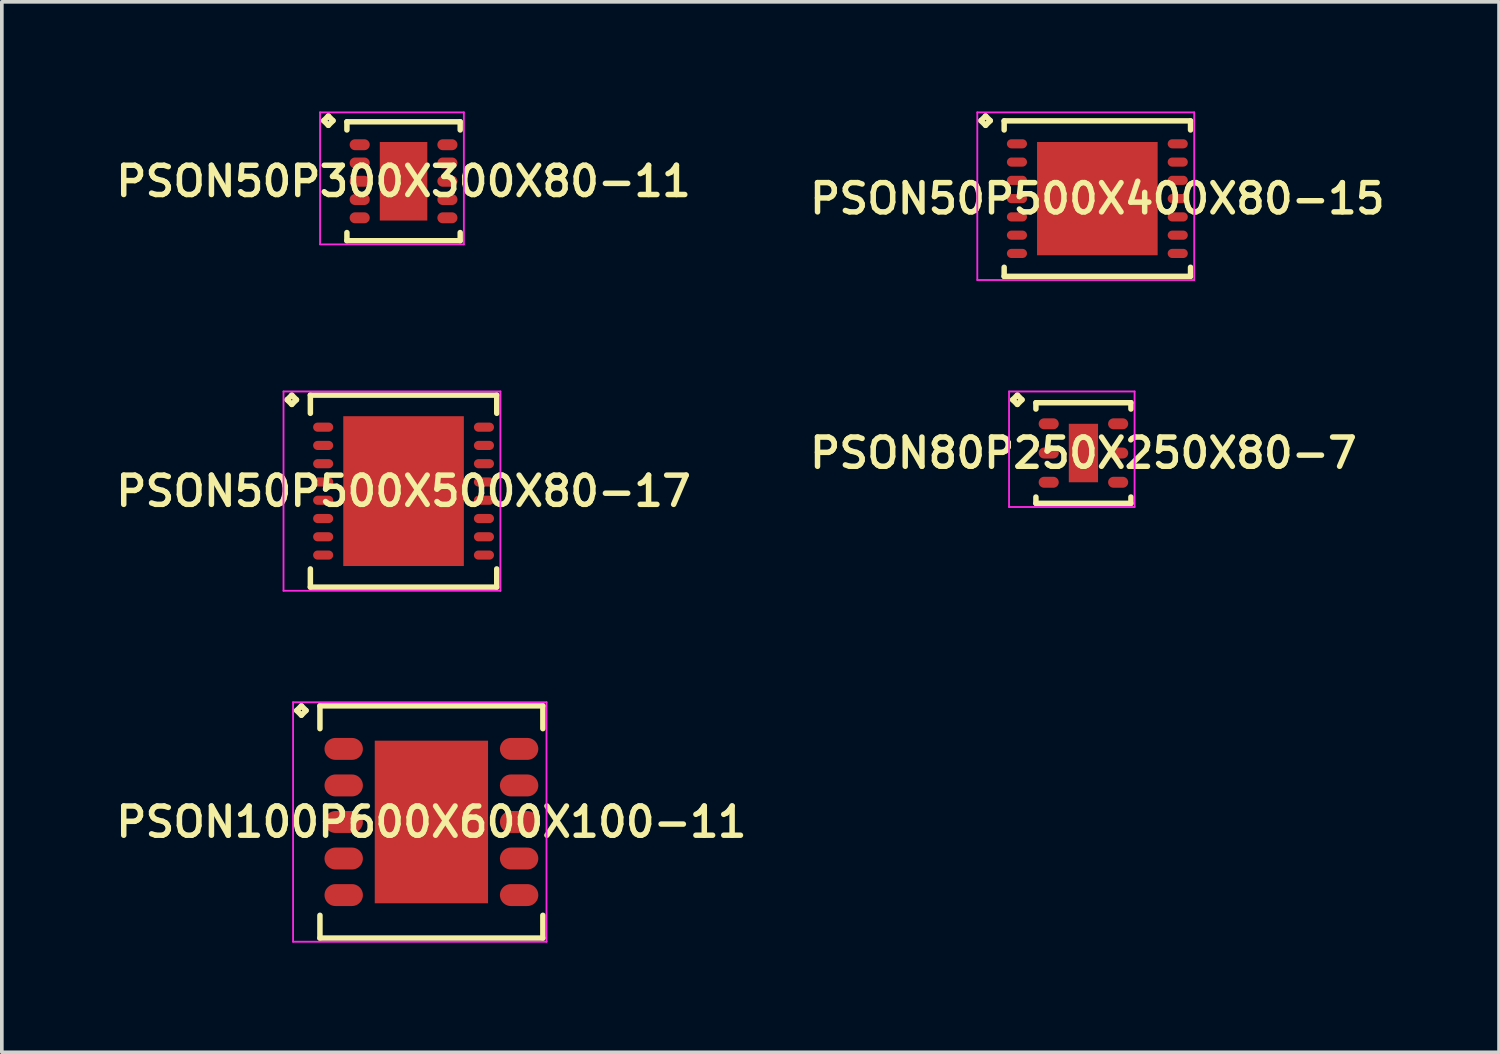
<source format=kicad_pcb>
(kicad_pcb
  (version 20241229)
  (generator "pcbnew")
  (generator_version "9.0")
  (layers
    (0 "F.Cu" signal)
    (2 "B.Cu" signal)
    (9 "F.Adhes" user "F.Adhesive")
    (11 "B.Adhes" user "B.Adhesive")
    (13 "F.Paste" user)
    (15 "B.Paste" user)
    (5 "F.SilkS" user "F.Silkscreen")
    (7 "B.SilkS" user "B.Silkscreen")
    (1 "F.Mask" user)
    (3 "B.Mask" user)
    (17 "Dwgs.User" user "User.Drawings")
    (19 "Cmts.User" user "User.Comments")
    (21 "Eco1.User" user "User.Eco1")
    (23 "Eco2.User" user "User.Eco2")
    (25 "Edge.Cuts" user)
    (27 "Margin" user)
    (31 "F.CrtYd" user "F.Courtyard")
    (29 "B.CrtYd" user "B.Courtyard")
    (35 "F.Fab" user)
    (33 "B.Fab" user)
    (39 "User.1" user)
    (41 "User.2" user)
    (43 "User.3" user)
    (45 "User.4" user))
  (footprint "PSON50P500X400X80-15"
    (layer "F.Cu")
    (at 26.978 2.385)
    (property "Reference" "PSON50P500X400X80-15" (at 0 0 0) (layer "F.SilkS") (effects (font (size 0.8 0.8) (thickness 0.15))))
    (attr smd)
    (fp_line (start -3.185 -2.133) (end -3.058 -2.26) (stroke (width 0.15) (type solid)) (layer "F.SilkS"))
    (fp_line (start -3.058 -2.26) (end -2.931 -2.133) (stroke (width 0.15) (type solid)) (layer "F.SilkS"))
    (fp_line (start -3.058 -2.006) (end -3.185 -2.133) (stroke (width 0.15) (type solid)) (layer "F.SilkS"))
    (fp_line (start -2.931 -2.133) (end -3.058 -2.006) (stroke (width 0.15) (type solid)) (layer "F.SilkS"))
    (fp_line (start -2.55 -2.127) (end 2.55 -2.127) (stroke (width 0.15) (type solid)) (layer "F.SilkS"))
    (fp_line (start -2.55 -1.879) (end -2.55 -2.127) (stroke (width 0.15) (type solid)) (layer "F.SilkS"))
    (fp_line (start -2.55 1.879) (end -2.55 2.127) (stroke (width 0.15) (type solid)) (layer "F.SilkS"))
    (fp_line (start -2.55 2.127) (end 2.55 2.127) (stroke (width 0.15) (type solid)) (layer "F.SilkS"))
    (fp_line (start 2.55 -2.127) (end 2.55 -1.879) (stroke (width 0.15) (type solid)) (layer "F.SilkS"))
    (fp_line (start 2.55 2.127) (end 2.55 1.879) (stroke (width 0.15) (type solid)) (layer "F.SilkS"))
    (fp_line (start -3.285 -2.36) (end 2.65 -2.36) (stroke (width 0.05) (type solid)) (layer "F.CrtYd"))
    (fp_line (start -3.285 2.227) (end -3.285 -2.36) (stroke (width 0.05) (type solid)) (layer "F.CrtYd"))
    (fp_line (start 2.65 -2.36) (end 2.65 2.227) (stroke (width 0.05) (type solid)) (layer "F.CrtYd"))
    (fp_line (start 2.65 2.227) (end -3.285 2.227) (stroke (width 0.05) (type solid)) (layer "F.CrtYd"))
    (pad "1" smd oval (at -2.2 -1.5) (size 0.55 0.25) (layers "F.Cu" "F.Mask" "F.Paste"))
    (pad "2" smd oval (at -2.2 -1) (size 0.55 0.25) (layers "F.Cu" "F.Mask" "F.Paste"))
    (pad "3" smd oval (at -2.2 -0.5) (size 0.55 0.25) (layers "F.Cu" "F.Mask" "F.Paste"))
    (pad "4" smd oval (at -2.2 0) (size 0.55 0.25) (layers "F.Cu" "F.Mask" "F.Paste"))
    (pad "5" smd oval (at -2.2 0.5) (size 0.55 0.25) (layers "F.Cu" "F.Mask" "F.Paste"))
    (pad "6" smd oval (at -2.2 1) (size 0.55 0.25) (layers "F.Cu" "F.Mask" "F.Paste"))
    (pad "7" smd oval (at -2.2 1.5) (size 0.55 0.25) (layers "F.Cu" "F.Mask" "F.Paste"))
    (pad "8" smd oval (at 2.2 1.5) (size 0.55 0.25) (layers "F.Cu" "F.Mask" "F.Paste"))
    (pad "9" smd oval (at 2.2 1) (size 0.55 0.25) (layers "F.Cu" "F.Mask" "F.Paste"))
    (pad "10" smd oval (at 2.2 0.5) (size 0.55 0.25) (layers "F.Cu" "F.Mask" "F.Paste"))
    (pad "11" smd oval (at 2.2 0) (size 0.55 0.25) (layers "F.Cu" "F.Mask" "F.Paste"))
    (pad "12" smd oval (at 2.2 -0.5) (size 0.55 0.25) (layers "F.Cu" "F.Mask" "F.Paste"))
    (pad "13" smd oval (at 2.2 -1) (size 0.55 0.25) (layers "F.Cu" "F.Mask" "F.Paste"))
    (pad "14" smd oval (at 2.2 -1.5) (size 0.55 0.25) (layers "F.Cu" "F.Mask" "F.Paste"))
    (pad "15" smd rect (at 0 0) (size 3.3 3.1) (layers "F.Cu" "F.Mask" "F.Paste")))
  (footprint "PSON80P250X250X80-7"
    (layer "F.Cu")
    (at 26.597 9.347)
    (property "Reference" "PSON80P250X250X80-7" (at 0 0 0) (layer "F.SilkS") (effects (font (size 0.8 0.8) (thickness 0.15))))
    (attr smd)
    (fp_line (start -1.935 -1.458) (end -1.808 -1.585) (stroke (width 0.15) (type solid)) (layer "F.SilkS"))
    (fp_line (start -1.808 -1.585) (end -1.681 -1.458) (stroke (width 0.15) (type solid)) (layer "F.SilkS"))
    (fp_line (start -1.808 -1.331) (end -1.935 -1.458) (stroke (width 0.15) (type solid)) (layer "F.SilkS"))
    (fp_line (start -1.681 -1.458) (end -1.808 -1.331) (stroke (width 0.15) (type solid)) (layer "F.SilkS"))
    (fp_line (start -1.3 -1.377) (end 1.3 -1.377) (stroke (width 0.15) (type solid)) (layer "F.SilkS"))
    (fp_line (start -1.3 -1.204) (end -1.3 -1.377) (stroke (width 0.15) (type solid)) (layer "F.SilkS"))
    (fp_line (start -1.3 1.204) (end -1.3 1.377) (stroke (width 0.15) (type solid)) (layer "F.SilkS"))
    (fp_line (start -1.3 1.377) (end 1.3 1.377) (stroke (width 0.15) (type solid)) (layer "F.SilkS"))
    (fp_line (start 1.3 -1.377) (end 1.3 -1.204) (stroke (width 0.15) (type solid)) (layer "F.SilkS"))
    (fp_line (start 1.3 1.377) (end 1.3 1.204) (stroke (width 0.15) (type solid)) (layer "F.SilkS"))
    (fp_line (start -2.035 -1.685) (end 1.4 -1.685) (stroke (width 0.05) (type solid)) (layer "F.CrtYd"))
    (fp_line (start -2.035 1.477) (end -2.035 -1.685) (stroke (width 0.05) (type solid)) (layer "F.CrtYd"))
    (fp_line (start 1.4 -1.685) (end 1.4 1.477) (stroke (width 0.05) (type solid)) (layer "F.CrtYd"))
    (fp_line (start 1.4 1.477) (end -2.035 1.477) (stroke (width 0.05) (type solid)) (layer "F.CrtYd"))
    (pad "1" smd oval (at -0.95 -0.8) (size 0.55 0.3) (layers "F.Cu" "F.Mask" "F.Paste"))
    (pad "2" smd oval (at -0.95 0) (size 0.55 0.3) (layers "F.Cu" "F.Mask" "F.Paste"))
    (pad "3" smd oval (at -0.95 0.8) (size 0.55 0.3) (layers "F.Cu" "F.Mask" "F.Paste"))
    (pad "4" smd oval (at 0.95 0.8) (size 0.55 0.3) (layers "F.Cu" "F.Mask" "F.Paste"))
    (pad "5" smd oval (at 0.95 0) (size 0.55 0.3) (layers "F.Cu" "F.Mask" "F.Paste"))
    (pad "6" smd oval (at 0.95 -0.8) (size 0.55 0.3) (layers "F.Cu" "F.Mask" "F.Paste"))
    (pad "7" smd rect (at 0 0) (size 0.8 1.6) (layers "F.Cu" "F.Mask" "F.Paste")))
  (footprint "PSON100P600X600X100-11"
    (layer "F.Cu")
    (at 8.755 19.443)
    (property "Reference" "PSON100P600X600X100-11" (at 0 0 0) (layer "F.SilkS") (effects (font (size 0.8 0.8) (thickness 0.15))))
    (attr smd)
    (fp_line (start -3.685 -3.05) (end -3.558 -3.177) (stroke (width 0.15) (type solid)) (layer "F.SilkS"))
    (fp_line (start -3.558 -3.177) (end -3.431 -3.05) (stroke (width 0.15) (type solid)) (layer "F.SilkS"))
    (fp_line (start -3.558 -2.923) (end -3.685 -3.05) (stroke (width 0.15) (type solid)) (layer "F.SilkS"))
    (fp_line (start -3.431 -3.05) (end -3.558 -2.923) (stroke (width 0.15) (type solid)) (layer "F.SilkS"))
    (fp_line (start -3.05 -3.177) (end 3.05 -3.177) (stroke (width 0.15) (type solid)) (layer "F.SilkS"))
    (fp_line (start -3.05 -2.554) (end -3.05 -3.177) (stroke (width 0.15) (type solid)) (layer "F.SilkS"))
    (fp_line (start -3.05 2.554) (end -3.05 3.177) (stroke (width 0.15) (type solid)) (layer "F.SilkS"))
    (fp_line (start -3.05 3.177) (end 3.05 3.177) (stroke (width 0.15) (type solid)) (layer "F.SilkS"))
    (fp_line (start 3.05 -3.177) (end 3.05 -2.554) (stroke (width 0.15) (type solid)) (layer "F.SilkS"))
    (fp_line (start 3.05 3.177) (end 3.05 2.554) (stroke (width 0.15) (type solid)) (layer "F.SilkS"))
    (fp_line (start -3.785 -3.277) (end 3.15 -3.277) (stroke (width 0.05) (type solid)) (layer "F.CrtYd"))
    (fp_line (start -3.785 3.277) (end -3.785 -3.277) (stroke (width 0.05) (type solid)) (layer "F.CrtYd"))
    (fp_line (start 3.15 -3.277) (end 3.15 3.277) (stroke (width 0.05) (type solid)) (layer "F.CrtYd"))
    (fp_line (start 3.15 3.277) (end -3.785 3.277) (stroke (width 0.05) (type solid)) (layer "F.CrtYd"))
    (pad "1" smd oval (at -2.4 -2) (size 1.05 0.6) (layers "F.Cu" "F.Mask" "F.Paste"))
    (pad "2" smd oval (at -2.4 -1) (size 1.05 0.6) (layers "F.Cu" "F.Mask" "F.Paste"))
    (pad "3" smd oval (at -2.4 0) (size 1.05 0.6) (layers "F.Cu" "F.Mask" "F.Paste"))
    (pad "4" smd oval (at -2.4 1) (size 1.05 0.6) (layers "F.Cu" "F.Mask" "F.Paste"))
    (pad "5" smd oval (at -2.4 2) (size 1.05 0.6) (layers "F.Cu" "F.Mask" "F.Paste"))
    (pad "6" smd oval (at 2.4 2) (size 1.05 0.6) (layers "F.Cu" "F.Mask" "F.Paste"))
    (pad "7" smd oval (at 2.4 1) (size 1.05 0.6) (layers "F.Cu" "F.Mask" "F.Paste"))
    (pad "8" smd oval (at 2.4 0) (size 1.05 0.6) (layers "F.Cu" "F.Mask" "F.Paste"))
    (pad "9" smd oval (at 2.4 -1) (size 1.05 0.6) (layers "F.Cu" "F.Mask" "F.Paste"))
    (pad "10" smd oval (at 2.4 -2) (size 1.05 0.6) (layers "F.Cu" "F.Mask" "F.Paste"))
    (pad "11" smd rect (at 0 0) (size 3.1 4.45) (layers "F.Cu" "F.Mask" "F.Paste")))
  (footprint "PSON50P300X300X80-11"
    (layer "F.Cu")
    (at 7.993 1.91)
    (property "Reference" "PSON50P300X300X80-11" (at 0 0 0) (layer "F.SilkS") (effects (font (size 0.8 0.8) (thickness 0.15))))
    (attr smd)
    (fp_line (start -2.185 -1.658) (end -2.058 -1.785) (stroke (width 0.15) (type solid)) (layer "F.SilkS"))
    (fp_line (start -2.058 -1.785) (end -1.931 -1.658) (stroke (width 0.15) (type solid)) (layer "F.SilkS"))
    (fp_line (start -2.058 -1.531) (end -2.185 -1.658) (stroke (width 0.15) (type solid)) (layer "F.SilkS"))
    (fp_line (start -1.931 -1.658) (end -2.058 -1.531) (stroke (width 0.15) (type solid)) (layer "F.SilkS"))
    (fp_line (start -1.55 -1.627) (end 1.55 -1.627) (stroke (width 0.15) (type solid)) (layer "F.SilkS"))
    (fp_line (start -1.55 -1.404) (end -1.55 -1.627) (stroke (width 0.15) (type solid)) (layer "F.SilkS"))
    (fp_line (start -1.55 1.404) (end -1.55 1.627) (stroke (width 0.15) (type solid)) (layer "F.SilkS"))
    (fp_line (start -1.55 1.627) (end 1.55 1.627) (stroke (width 0.15) (type solid)) (layer "F.SilkS"))
    (fp_line (start 1.55 -1.627) (end 1.55 -1.404) (stroke (width 0.15) (type solid)) (layer "F.SilkS"))
    (fp_line (start 1.55 1.627) (end 1.55 1.404) (stroke (width 0.15) (type solid)) (layer "F.SilkS"))
    (fp_line (start -2.285 -1.885) (end 1.65 -1.885) (stroke (width 0.05) (type solid)) (layer "F.CrtYd"))
    (fp_line (start -2.285 1.727) (end -2.285 -1.885) (stroke (width 0.05) (type solid)) (layer "F.CrtYd"))
    (fp_line (start 1.65 -1.885) (end 1.65 1.727) (stroke (width 0.05) (type solid)) (layer "F.CrtYd"))
    (fp_line (start 1.65 1.727) (end -2.285 1.727) (stroke (width 0.05) (type solid)) (layer "F.CrtYd"))
    (pad "1" smd oval (at -1.2 -1) (size 0.55 0.3) (layers "F.Cu" "F.Mask" "F.Paste"))
    (pad "2" smd oval (at -1.2 -0.5) (size 0.55 0.3) (layers "F.Cu" "F.Mask" "F.Paste"))
    (pad "3" smd oval (at -1.2 0) (size 0.55 0.3) (layers "F.Cu" "F.Mask" "F.Paste"))
    (pad "4" smd oval (at -1.2 0.5) (size 0.55 0.3) (layers "F.Cu" "F.Mask" "F.Paste"))
    (pad "5" smd oval (at -1.2 1) (size 0.55 0.3) (layers "F.Cu" "F.Mask" "F.Paste"))
    (pad "6" smd oval (at 1.2 1) (size 0.55 0.3) (layers "F.Cu" "F.Mask" "F.Paste"))
    (pad "7" smd oval (at 1.2 0.5) (size 0.55 0.3) (layers "F.Cu" "F.Mask" "F.Paste"))
    (pad "8" smd oval (at 1.2 0) (size 0.55 0.3) (layers "F.Cu" "F.Mask" "F.Paste"))
    (pad "9" smd oval (at 1.2 -0.5) (size 0.55 0.3) (layers "F.Cu" "F.Mask" "F.Paste"))
    (pad "10" smd oval (at 1.2 -1) (size 0.55 0.3) (layers "F.Cu" "F.Mask" "F.Paste"))
    (pad "11" smd rect (at 0 0) (size 1.3 2.15) (layers "F.Cu" "F.Mask" "F.Paste")))
  (footprint "PSON50P500X500X80-17"
    (layer "F.Cu")
    (at 7.993 10.389)
    (property "Reference" "PSON50P500X500X80-17" (at 0 0 0) (layer "F.SilkS") (effects (font (size 0.8 0.8) (thickness 0.15))))
    (attr smd)
    (fp_line (start -3.185 -2.5) (end -3.058 -2.627) (stroke (width 0.15) (type solid)) (layer "F.SilkS"))
    (fp_line (start -3.058 -2.627) (end -2.931 -2.5) (stroke (width 0.15) (type solid)) (layer "F.SilkS"))
    (fp_line (start -3.058 -2.373) (end -3.185 -2.5) (stroke (width 0.15) (type solid)) (layer "F.SilkS"))
    (fp_line (start -2.931 -2.5) (end -3.058 -2.373) (stroke (width 0.15) (type solid)) (layer "F.SilkS"))
    (fp_line (start -2.55 -2.627) (end 2.55 -2.627) (stroke (width 0.15) (type solid)) (layer "F.SilkS"))
    (fp_line (start -2.55 -2.129) (end -2.55 -2.627) (stroke (width 0.15) (type solid)) (layer "F.SilkS"))
    (fp_line (start -2.55 2.129) (end -2.55 2.627) (stroke (width 0.15) (type solid)) (layer "F.SilkS"))
    (fp_line (start -2.55 2.627) (end 2.55 2.627) (stroke (width 0.15) (type solid)) (layer "F.SilkS"))
    (fp_line (start 2.55 -2.627) (end 2.55 -2.129) (stroke (width 0.15) (type solid)) (layer "F.SilkS"))
    (fp_line (start 2.55 2.627) (end 2.55 2.129) (stroke (width 0.15) (type solid)) (layer "F.SilkS"))
    (fp_line (start -3.285 -2.727) (end 2.65 -2.727) (stroke (width 0.05) (type solid)) (layer "F.CrtYd"))
    (fp_line (start -3.285 2.727) (end -3.285 -2.727) (stroke (width 0.05) (type solid)) (layer "F.CrtYd"))
    (fp_line (start 2.65 -2.727) (end 2.65 2.727) (stroke (width 0.05) (type solid)) (layer "F.CrtYd"))
    (fp_line (start 2.65 2.727) (end -3.285 2.727) (stroke (width 0.05) (type solid)) (layer "F.CrtYd"))
    (pad "1" smd oval (at -2.2 -1.75) (size 0.55 0.25) (layers "F.Cu" "F.Mask" "F.Paste"))
    (pad "2" smd oval (at -2.2 -1.25) (size 0.55 0.25) (layers "F.Cu" "F.Mask" "F.Paste"))
    (pad "3" smd oval (at -2.2 -0.75) (size 0.55 0.25) (layers "F.Cu" "F.Mask" "F.Paste"))
    (pad "4" smd oval (at -2.2 -0.25) (size 0.55 0.25) (layers "F.Cu" "F.Mask" "F.Paste"))
    (pad "5" smd oval (at -2.2 0.25) (size 0.55 0.25) (layers "F.Cu" "F.Mask" "F.Paste"))
    (pad "6" smd oval (at -2.2 0.75) (size 0.55 0.25) (layers "F.Cu" "F.Mask" "F.Paste"))
    (pad "7" smd oval (at -2.2 1.25) (size 0.55 0.25) (layers "F.Cu" "F.Mask" "F.Paste"))
    (pad "8" smd oval (at -2.2 1.75) (size 0.55 0.25) (layers "F.Cu" "F.Mask" "F.Paste"))
    (pad "9" smd oval (at 2.2 1.75) (size 0.55 0.25) (layers "F.Cu" "F.Mask" "F.Paste"))
    (pad "10" smd oval (at 2.2 1.25) (size 0.55 0.25) (layers "F.Cu" "F.Mask" "F.Paste"))
    (pad "11" smd oval (at 2.2 0.75) (size 0.55 0.25) (layers "F.Cu" "F.Mask" "F.Paste"))
    (pad "12" smd oval (at 2.2 0.25) (size 0.55 0.25) (layers "F.Cu" "F.Mask" "F.Paste"))
    (pad "13" smd oval (at 2.2 -0.25) (size 0.55 0.25) (layers "F.Cu" "F.Mask" "F.Paste"))
    (pad "14" smd oval (at 2.2 -0.75) (size 0.55 0.25) (layers "F.Cu" "F.Mask" "F.Paste"))
    (pad "15" smd oval (at 2.2 -1.25) (size 0.55 0.25) (layers "F.Cu" "F.Mask" "F.Paste"))
    (pad "16" smd oval (at 2.2 -1.75) (size 0.55 0.25) (layers "F.Cu" "F.Mask" "F.Paste"))
    (pad "17" smd rect (at 0 0) (size 3.3 4.1) (layers "F.Cu" "F.Mask" "F.Paste")))
  (gr_rect
    (start -3 -3)
    (end 37.97 25.745)
    (stroke (width 0.1) (type default))
    (fill no)
    (layer "Edge.Cuts")))
</source>
